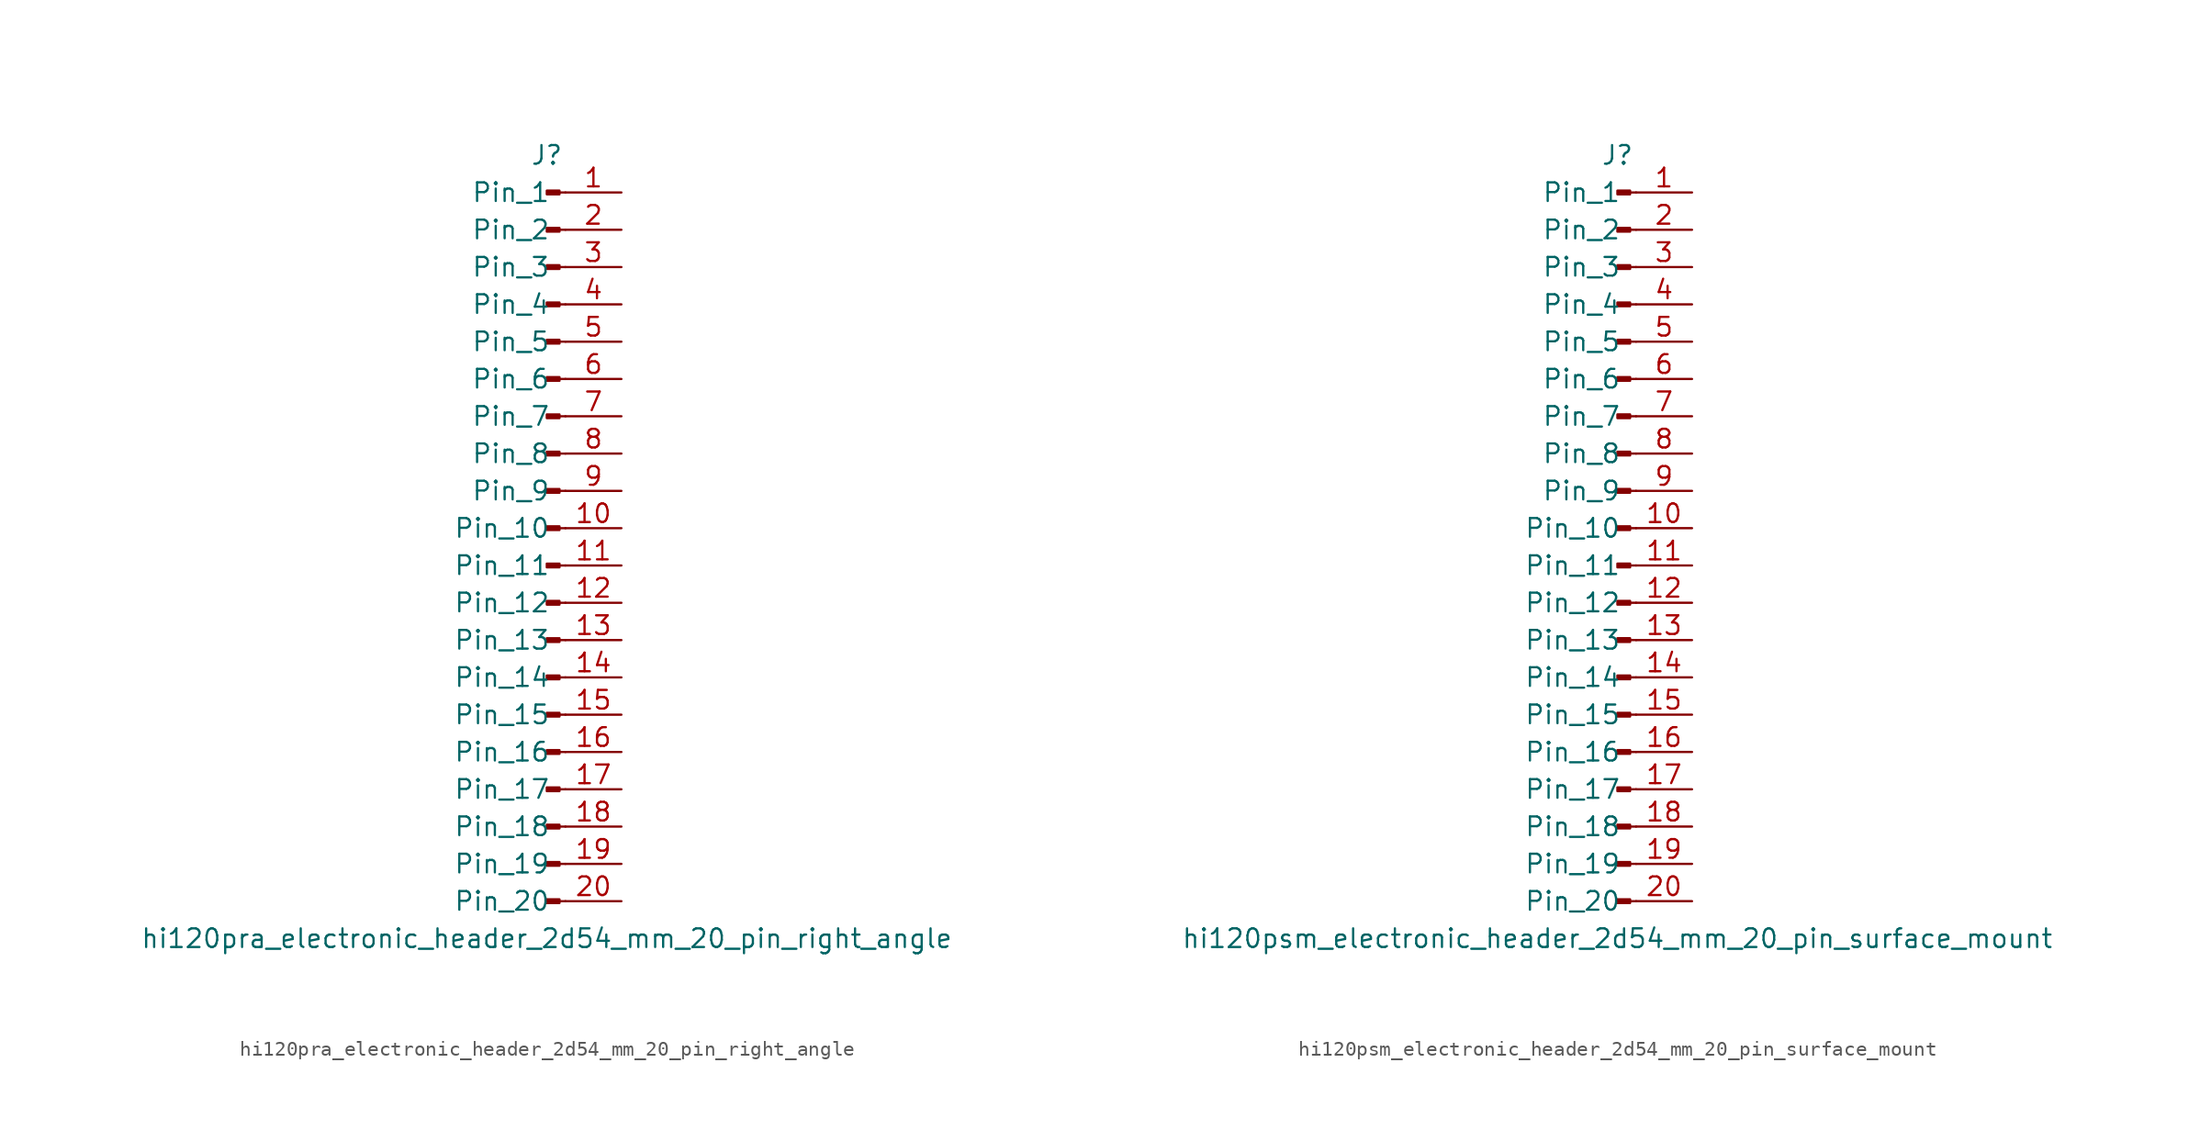
<source format=kicad_sym>
(kicad_symbol_lib
  (version 20220914)
  (generator kicad_symbol_editor)
  (symbol "hi120pra_electronic_header_2d54_mm_20_pin_right_angle"
    (pin_names
      (offset 1.016))
    (property "Reference" "J"
      (at 0 25.4 0)
      (effects (font (size 1.27 1.27))))
    (property "Value" "hi120pra_electronic_header_2d54_mm_20_pin_right_angle"
      (at 0 -27.94 0)
      (effects (font (size 1.27 1.27))))
    (property "ki_locked" ""
      (at 0 0 0)
      (effects (font (size 1.27 1.27))))
    (symbol "hi120pra_electronic_header_2d54_mm_20_pin_right_angle_1_1"
      (polyline (pts (xy 1.27 -25.4) (xy 0.864 -25.4)) (stroke (width 0.152) (type default)) (fill (type none)))
      (polyline (pts (xy 1.27 -22.86) (xy 0.864 -22.86)) (stroke (width 0.152) (type default)) (fill (type none)))
      (polyline (pts (xy 1.27 -20.32) (xy 0.864 -20.32)) (stroke (width 0.152) (type default)) (fill (type none)))
      (polyline (pts (xy 1.27 -17.78) (xy 0.864 -17.78)) (stroke (width 0.152) (type default)) (fill (type none)))
      (polyline (pts (xy 1.27 -15.24) (xy 0.864 -15.24)) (stroke (width 0.152) (type default)) (fill (type none)))
      (polyline (pts (xy 1.27 -12.7) (xy 0.864 -12.7)) (stroke (width 0.152) (type default)) (fill (type none)))
      (polyline (pts (xy 1.27 -10.16) (xy 0.864 -10.16)) (stroke (width 0.152) (type default)) (fill (type none)))
      (polyline (pts (xy 1.27 -7.62) (xy 0.864 -7.62)) (stroke (width 0.152) (type default)) (fill (type none)))
      (polyline (pts (xy 1.27 -5.08) (xy 0.864 -5.08)) (stroke (width 0.152) (type default)) (fill (type none)))
      (polyline (pts (xy 1.27 -2.54) (xy 0.864 -2.54)) (stroke (width 0.152) (type default)) (fill (type none)))
      (polyline (pts (xy 1.27 0) (xy 0.864 0)) (stroke (width 0.152) (type default)) (fill (type none)))
      (polyline (pts (xy 1.27 2.54) (xy 0.864 2.54)) (stroke (width 0.152) (type default)) (fill (type none)))
      (polyline (pts (xy 1.27 5.08) (xy 0.864 5.08)) (stroke (width 0.152) (type default)) (fill (type none)))
      (polyline (pts (xy 1.27 7.62) (xy 0.864 7.62)) (stroke (width 0.152) (type default)) (fill (type none)))
      (polyline (pts (xy 1.27 10.16) (xy 0.864 10.16)) (stroke (width 0.152) (type default)) (fill (type none)))
      (polyline (pts (xy 1.27 12.7) (xy 0.864 12.7)) (stroke (width 0.152) (type default)) (fill (type none)))
      (polyline (pts (xy 1.27 15.24) (xy 0.864 15.24)) (stroke (width 0.152) (type default)) (fill (type none)))
      (polyline (pts (xy 1.27 17.78) (xy 0.864 17.78)) (stroke (width 0.152) (type default)) (fill (type none)))
      (polyline (pts (xy 1.27 20.32) (xy 0.864 20.32)) (stroke (width 0.152) (type default)) (fill (type none)))
      (polyline (pts (xy 1.27 22.86) (xy 0.864 22.86)) (stroke (width 0.152) (type default)) (fill (type none)))
      (rectangle (start 0.864 -25.273) (end 0 -25.527) (stroke (width 0.152) (type default)) (fill (type outline)))
      (rectangle (start 0.864 -22.733) (end 0 -22.987) (stroke (width 0.152) (type default)) (fill (type outline)))
      (rectangle (start 0.864 -20.193) (end 0 -20.447) (stroke (width 0.152) (type default)) (fill (type outline)))
      (rectangle (start 0.864 -17.653) (end 0 -17.907) (stroke (width 0.152) (type default)) (fill (type outline)))
      (rectangle (start 0.864 -15.113) (end 0 -15.367) (stroke (width 0.152) (type default)) (fill (type outline)))
      (rectangle (start 0.864 -12.573) (end 0 -12.827) (stroke (width 0.152) (type default)) (fill (type outline)))
      (rectangle (start 0.864 -10.033) (end 0 -10.287) (stroke (width 0.152) (type default)) (fill (type outline)))
      (rectangle (start 0.864 -7.493) (end 0 -7.747) (stroke (width 0.152) (type default)) (fill (type outline)))
      (rectangle (start 0.864 -4.953) (end 0 -5.207) (stroke (width 0.152) (type default)) (fill (type outline)))
      (rectangle (start 0.864 -2.413) (end 0 -2.667) (stroke (width 0.152) (type default)) (fill (type outline)))
      (rectangle (start 0.864 0.127) (end 0 -0.127) (stroke (width 0.152) (type default)) (fill (type outline)))
      (rectangle (start 0.864 2.667) (end 0 2.413) (stroke (width 0.152) (type default)) (fill (type outline)))
      (rectangle (start 0.864 5.207) (end 0 4.953) (stroke (width 0.152) (type default)) (fill (type outline)))
      (rectangle (start 0.864 7.747) (end 0 7.493) (stroke (width 0.152) (type default)) (fill (type outline)))
      (rectangle (start 0.864 10.287) (end 0 10.033) (stroke (width 0.152) (type default)) (fill (type outline)))
      (rectangle (start 0.864 12.827) (end 0 12.573) (stroke (width 0.152) (type default)) (fill (type outline)))
      (rectangle (start 0.864 15.367) (end 0 15.113) (stroke (width 0.152) (type default)) (fill (type outline)))
      (rectangle (start 0.864 17.907) (end 0 17.653) (stroke (width 0.152) (type default)) (fill (type outline)))
      (rectangle (start 0.864 20.447) (end 0 20.193) (stroke (width 0.152) (type default)) (fill (type outline)))
      (rectangle (start 0.864 22.987) (end 0 22.733) (stroke (width 0.152) (type default)) (fill (type outline)))
      (pin passive line (at 5.08 22.86 180) (length 3.81) (name "Pin_1" (effects (font (size 1.27 1.27)))) (number "1" (effects (font (size 1.27 1.27)))))
      (pin passive line (at 5.08 0 180) (length 3.81) (name "Pin_10" (effects (font (size 1.27 1.27)))) (number "10" (effects (font (size 1.27 1.27)))))
      (pin passive line (at 5.08 -2.54 180) (length 3.81) (name "Pin_11" (effects (font (size 1.27 1.27)))) (number "11" (effects (font (size 1.27 1.27)))))
      (pin passive line (at 5.08 -5.08 180) (length 3.81) (name "Pin_12" (effects (font (size 1.27 1.27)))) (number "12" (effects (font (size 1.27 1.27)))))
      (pin passive line (at 5.08 -7.62 180) (length 3.81) (name "Pin_13" (effects (font (size 1.27 1.27)))) (number "13" (effects (font (size 1.27 1.27)))))
      (pin passive line (at 5.08 -10.16 180) (length 3.81) (name "Pin_14" (effects (font (size 1.27 1.27)))) (number "14" (effects (font (size 1.27 1.27)))))
      (pin passive line (at 5.08 -12.7 180) (length 3.81) (name "Pin_15" (effects (font (size 1.27 1.27)))) (number "15" (effects (font (size 1.27 1.27)))))
      (pin passive line (at 5.08 -15.24 180) (length 3.81) (name "Pin_16" (effects (font (size 1.27 1.27)))) (number "16" (effects (font (size 1.27 1.27)))))
      (pin passive line (at 5.08 -17.78 180) (length 3.81) (name "Pin_17" (effects (font (size 1.27 1.27)))) (number "17" (effects (font (size 1.27 1.27)))))
      (pin passive line (at 5.08 -20.32 180) (length 3.81) (name "Pin_18" (effects (font (size 1.27 1.27)))) (number "18" (effects (font (size 1.27 1.27)))))
      (pin passive line (at 5.08 -22.86 180) (length 3.81) (name "Pin_19" (effects (font (size 1.27 1.27)))) (number "19" (effects (font (size 1.27 1.27)))))
      (pin passive line (at 5.08 20.32 180) (length 3.81) (name "Pin_2" (effects (font (size 1.27 1.27)))) (number "2" (effects (font (size 1.27 1.27)))))
      (pin passive line (at 5.08 -25.4 180) (length 3.81) (name "Pin_20" (effects (font (size 1.27 1.27)))) (number "20" (effects (font (size 1.27 1.27)))))
      (pin passive line (at 5.08 17.78 180) (length 3.81) (name "Pin_3" (effects (font (size 1.27 1.27)))) (number "3" (effects (font (size 1.27 1.27)))))
      (pin passive line (at 5.08 15.24 180) (length 3.81) (name "Pin_4" (effects (font (size 1.27 1.27)))) (number "4" (effects (font (size 1.27 1.27)))))
      (pin passive line (at 5.08 12.7 180) (length 3.81) (name "Pin_5" (effects (font (size 1.27 1.27)))) (number "5" (effects (font (size 1.27 1.27)))))
      (pin passive line (at 5.08 10.16 180) (length 3.81) (name "Pin_6" (effects (font (size 1.27 1.27)))) (number "6" (effects (font (size 1.27 1.27)))))
      (pin passive line (at 5.08 7.62 180) (length 3.81) (name "Pin_7" (effects (font (size 1.27 1.27)))) (number "7" (effects (font (size 1.27 1.27)))))
      (pin passive line (at 5.08 5.08 180) (length 3.81) (name "Pin_8" (effects (font (size 1.27 1.27)))) (number "8" (effects (font (size 1.27 1.27)))))
      (pin passive line (at 5.08 2.54 180) (length 3.81) (name "Pin_9" (effects (font (size 1.27 1.27)))) (number "9" (effects (font (size 1.27 1.27)))))))
  (symbol "hi120psm_electronic_header_2d54_mm_20_pin_surface_mount"
    (pin_names
      (offset 1.016))
    (property "Reference" "J"
      (at 0 25.4 0)
      (effects (font (size 1.27 1.27))))
    (property "Value" "hi120psm_electronic_header_2d54_mm_20_pin_surface_mount"
      (at 0 -27.94 0)
      (effects (font (size 1.27 1.27))))
    (property "ki_locked" ""
      (at 0 0 0)
      (effects (font (size 1.27 1.27))))
    (symbol "hi120psm_electronic_header_2d54_mm_20_pin_surface_mount_1_1"
      (polyline (pts (xy 1.27 -25.4) (xy 0.864 -25.4)) (stroke (width 0.152) (type default)) (fill (type none)))
      (polyline (pts (xy 1.27 -22.86) (xy 0.864 -22.86)) (stroke (width 0.152) (type default)) (fill (type none)))
      (polyline (pts (xy 1.27 -20.32) (xy 0.864 -20.32)) (stroke (width 0.152) (type default)) (fill (type none)))
      (polyline (pts (xy 1.27 -17.78) (xy 0.864 -17.78)) (stroke (width 0.152) (type default)) (fill (type none)))
      (polyline (pts (xy 1.27 -15.24) (xy 0.864 -15.24)) (stroke (width 0.152) (type default)) (fill (type none)))
      (polyline (pts (xy 1.27 -12.7) (xy 0.864 -12.7)) (stroke (width 0.152) (type default)) (fill (type none)))
      (polyline (pts (xy 1.27 -10.16) (xy 0.864 -10.16)) (stroke (width 0.152) (type default)) (fill (type none)))
      (polyline (pts (xy 1.27 -7.62) (xy 0.864 -7.62)) (stroke (width 0.152) (type default)) (fill (type none)))
      (polyline (pts (xy 1.27 -5.08) (xy 0.864 -5.08)) (stroke (width 0.152) (type default)) (fill (type none)))
      (polyline (pts (xy 1.27 -2.54) (xy 0.864 -2.54)) (stroke (width 0.152) (type default)) (fill (type none)))
      (polyline (pts (xy 1.27 0) (xy 0.864 0)) (stroke (width 0.152) (type default)) (fill (type none)))
      (polyline (pts (xy 1.27 2.54) (xy 0.864 2.54)) (stroke (width 0.152) (type default)) (fill (type none)))
      (polyline (pts (xy 1.27 5.08) (xy 0.864 5.08)) (stroke (width 0.152) (type default)) (fill (type none)))
      (polyline (pts (xy 1.27 7.62) (xy 0.864 7.62)) (stroke (width 0.152) (type default)) (fill (type none)))
      (polyline (pts (xy 1.27 10.16) (xy 0.864 10.16)) (stroke (width 0.152) (type default)) (fill (type none)))
      (polyline (pts (xy 1.27 12.7) (xy 0.864 12.7)) (stroke (width 0.152) (type default)) (fill (type none)))
      (polyline (pts (xy 1.27 15.24) (xy 0.864 15.24)) (stroke (width 0.152) (type default)) (fill (type none)))
      (polyline (pts (xy 1.27 17.78) (xy 0.864 17.78)) (stroke (width 0.152) (type default)) (fill (type none)))
      (polyline (pts (xy 1.27 20.32) (xy 0.864 20.32)) (stroke (width 0.152) (type default)) (fill (type none)))
      (polyline (pts (xy 1.27 22.86) (xy 0.864 22.86)) (stroke (width 0.152) (type default)) (fill (type none)))
      (rectangle (start 0.864 -25.273) (end 0 -25.527) (stroke (width 0.152) (type default)) (fill (type outline)))
      (rectangle (start 0.864 -22.733) (end 0 -22.987) (stroke (width 0.152) (type default)) (fill (type outline)))
      (rectangle (start 0.864 -20.193) (end 0 -20.447) (stroke (width 0.152) (type default)) (fill (type outline)))
      (rectangle (start 0.864 -17.653) (end 0 -17.907) (stroke (width 0.152) (type default)) (fill (type outline)))
      (rectangle (start 0.864 -15.113) (end 0 -15.367) (stroke (width 0.152) (type default)) (fill (type outline)))
      (rectangle (start 0.864 -12.573) (end 0 -12.827) (stroke (width 0.152) (type default)) (fill (type outline)))
      (rectangle (start 0.864 -10.033) (end 0 -10.287) (stroke (width 0.152) (type default)) (fill (type outline)))
      (rectangle (start 0.864 -7.493) (end 0 -7.747) (stroke (width 0.152) (type default)) (fill (type outline)))
      (rectangle (start 0.864 -4.953) (end 0 -5.207) (stroke (width 0.152) (type default)) (fill (type outline)))
      (rectangle (start 0.864 -2.413) (end 0 -2.667) (stroke (width 0.152) (type default)) (fill (type outline)))
      (rectangle (start 0.864 0.127) (end 0 -0.127) (stroke (width 0.152) (type default)) (fill (type outline)))
      (rectangle (start 0.864 2.667) (end 0 2.413) (stroke (width 0.152) (type default)) (fill (type outline)))
      (rectangle (start 0.864 5.207) (end 0 4.953) (stroke (width 0.152) (type default)) (fill (type outline)))
      (rectangle (start 0.864 7.747) (end 0 7.493) (stroke (width 0.152) (type default)) (fill (type outline)))
      (rectangle (start 0.864 10.287) (end 0 10.033) (stroke (width 0.152) (type default)) (fill (type outline)))
      (rectangle (start 0.864 12.827) (end 0 12.573) (stroke (width 0.152) (type default)) (fill (type outline)))
      (rectangle (start 0.864 15.367) (end 0 15.113) (stroke (width 0.152) (type default)) (fill (type outline)))
      (rectangle (start 0.864 17.907) (end 0 17.653) (stroke (width 0.152) (type default)) (fill (type outline)))
      (rectangle (start 0.864 20.447) (end 0 20.193) (stroke (width 0.152) (type default)) (fill (type outline)))
      (rectangle (start 0.864 22.987) (end 0 22.733) (stroke (width 0.152) (type default)) (fill (type outline)))
      (pin passive line (at 5.08 22.86 180) (length 3.81) (name "Pin_1" (effects (font (size 1.27 1.27)))) (number "1" (effects (font (size 1.27 1.27)))))
      (pin passive line (at 5.08 0 180) (length 3.81) (name "Pin_10" (effects (font (size 1.27 1.27)))) (number "10" (effects (font (size 1.27 1.27)))))
      (pin passive line (at 5.08 -2.54 180) (length 3.81) (name "Pin_11" (effects (font (size 1.27 1.27)))) (number "11" (effects (font (size 1.27 1.27)))))
      (pin passive line (at 5.08 -5.08 180) (length 3.81) (name "Pin_12" (effects (font (size 1.27 1.27)))) (number "12" (effects (font (size 1.27 1.27)))))
      (pin passive line (at 5.08 -7.62 180) (length 3.81) (name "Pin_13" (effects (font (size 1.27 1.27)))) (number "13" (effects (font (size 1.27 1.27)))))
      (pin passive line (at 5.08 -10.16 180) (length 3.81) (name "Pin_14" (effects (font (size 1.27 1.27)))) (number "14" (effects (font (size 1.27 1.27)))))
      (pin passive line (at 5.08 -12.7 180) (length 3.81) (name "Pin_15" (effects (font (size 1.27 1.27)))) (number "15" (effects (font (size 1.27 1.27)))))
      (pin passive line (at 5.08 -15.24 180) (length 3.81) (name "Pin_16" (effects (font (size 1.27 1.27)))) (number "16" (effects (font (size 1.27 1.27)))))
      (pin passive line (at 5.08 -17.78 180) (length 3.81) (name "Pin_17" (effects (font (size 1.27 1.27)))) (number "17" (effects (font (size 1.27 1.27)))))
      (pin passive line (at 5.08 -20.32 180) (length 3.81) (name "Pin_18" (effects (font (size 1.27 1.27)))) (number "18" (effects (font (size 1.27 1.27)))))
      (pin passive line (at 5.08 -22.86 180) (length 3.81) (name "Pin_19" (effects (font (size 1.27 1.27)))) (number "19" (effects (font (size 1.27 1.27)))))
      (pin passive line (at 5.08 20.32 180) (length 3.81) (name "Pin_2" (effects (font (size 1.27 1.27)))) (number "2" (effects (font (size 1.27 1.27)))))
      (pin passive line (at 5.08 -25.4 180) (length 3.81) (name "Pin_20" (effects (font (size 1.27 1.27)))) (number "20" (effects (font (size 1.27 1.27)))))
      (pin passive line (at 5.08 17.78 180) (length 3.81) (name "Pin_3" (effects (font (size 1.27 1.27)))) (number "3" (effects (font (size 1.27 1.27)))))
      (pin passive line (at 5.08 15.24 180) (length 3.81) (name "Pin_4" (effects (font (size 1.27 1.27)))) (number "4" (effects (font (size 1.27 1.27)))))
      (pin passive line (at 5.08 12.7 180) (length 3.81) (name "Pin_5" (effects (font (size 1.27 1.27)))) (number "5" (effects (font (size 1.27 1.27)))))
      (pin passive line (at 5.08 10.16 180) (length 3.81) (name "Pin_6" (effects (font (size 1.27 1.27)))) (number "6" (effects (font (size 1.27 1.27)))))
      (pin passive line (at 5.08 7.62 180) (length 3.81) (name "Pin_7" (effects (font (size 1.27 1.27)))) (number "7" (effects (font (size 1.27 1.27)))))
      (pin passive line (at 5.08 5.08 180) (length 3.81) (name "Pin_8" (effects (font (size 1.27 1.27)))) (number "8" (effects (font (size 1.27 1.27)))))
      (pin passive line (at 5.08 2.54 180) (length 3.81) (name "Pin_9" (effects (font (size 1.27 1.27)))) (number "9" (effects (font (size 1.27 1.27))))))))
</source>
